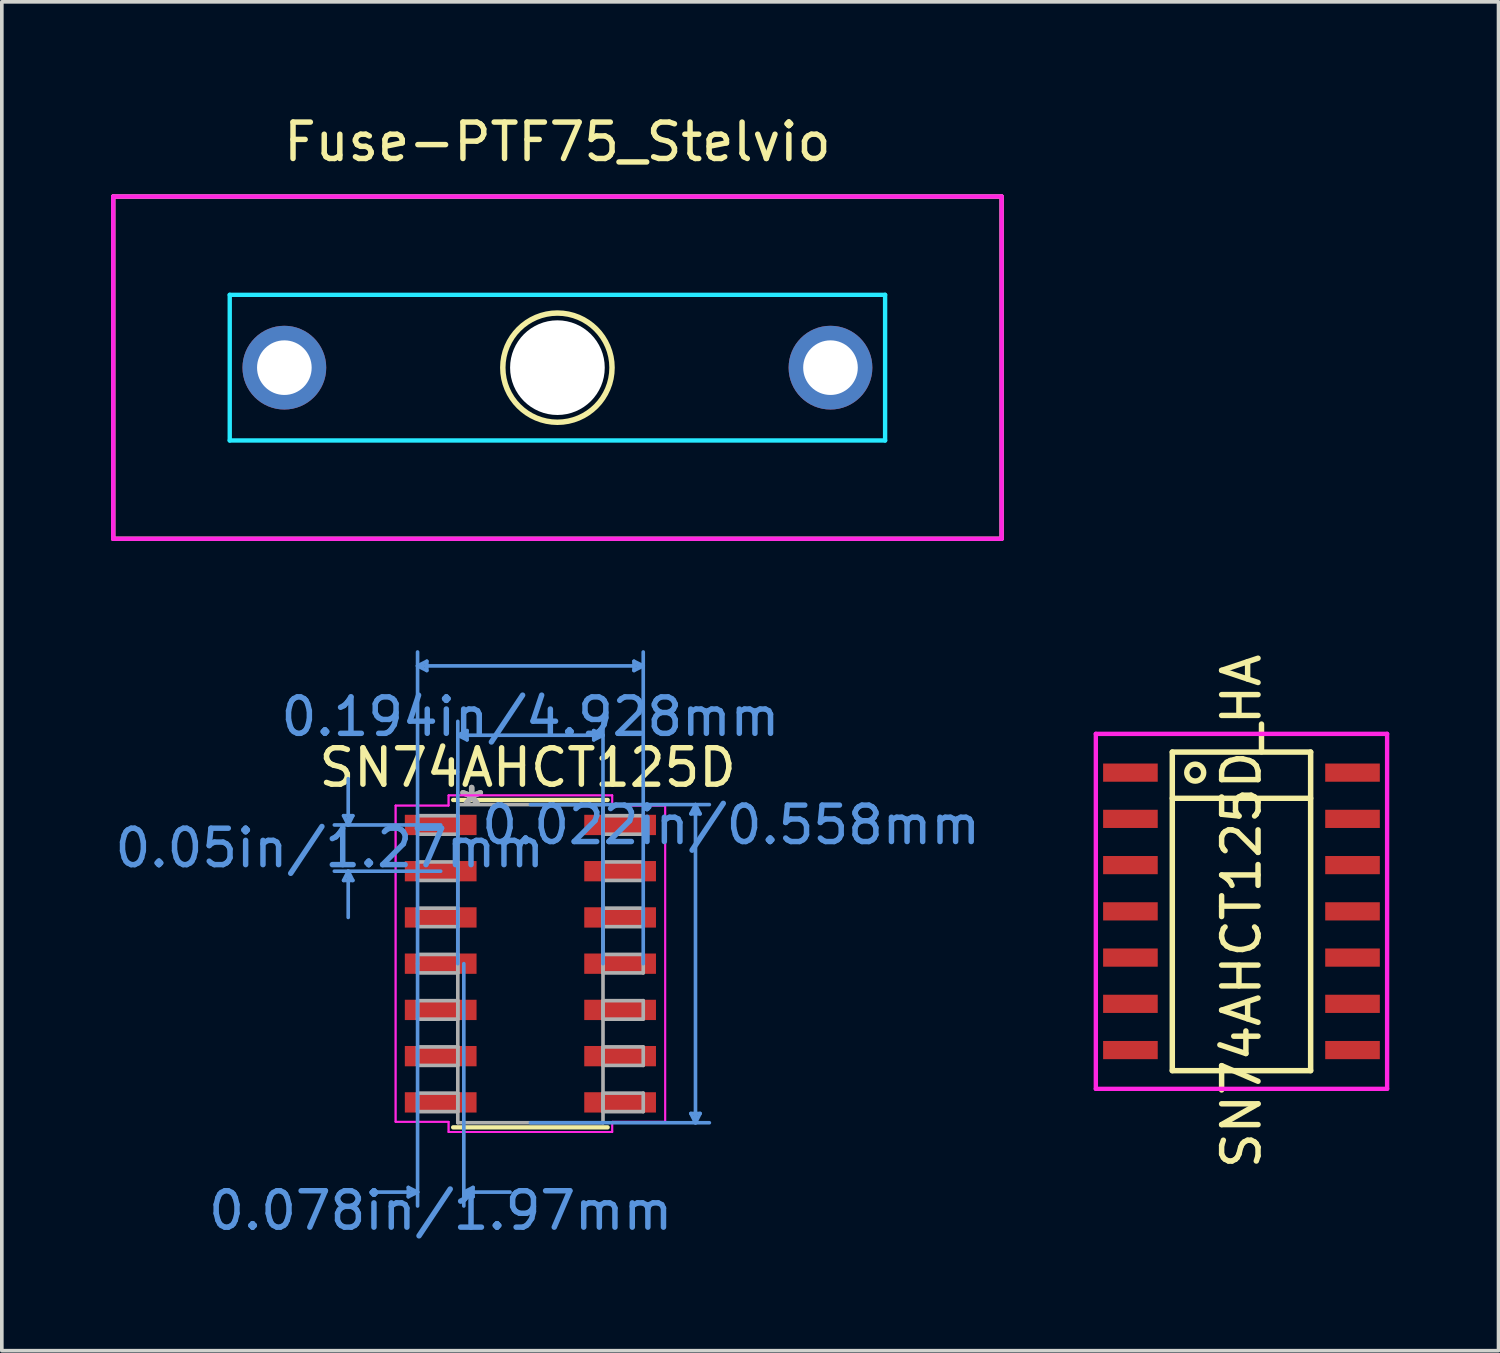
<source format=kicad_pcb>
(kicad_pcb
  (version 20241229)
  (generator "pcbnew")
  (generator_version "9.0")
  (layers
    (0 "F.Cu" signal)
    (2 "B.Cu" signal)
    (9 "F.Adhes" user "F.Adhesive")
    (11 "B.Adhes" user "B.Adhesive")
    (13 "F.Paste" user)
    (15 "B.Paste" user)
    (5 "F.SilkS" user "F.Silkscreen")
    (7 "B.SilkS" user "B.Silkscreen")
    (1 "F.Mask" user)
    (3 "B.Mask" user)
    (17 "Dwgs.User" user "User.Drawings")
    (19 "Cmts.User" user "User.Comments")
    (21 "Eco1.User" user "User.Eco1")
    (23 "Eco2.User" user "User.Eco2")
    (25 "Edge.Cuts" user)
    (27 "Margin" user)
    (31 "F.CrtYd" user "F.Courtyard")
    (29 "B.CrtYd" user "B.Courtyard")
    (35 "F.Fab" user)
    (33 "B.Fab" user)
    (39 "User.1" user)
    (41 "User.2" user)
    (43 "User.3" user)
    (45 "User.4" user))
  (footprint "SN74AHCT125D_HA"
    (layer "F.Cu")
    (at 31.048 16.171)
    (property "Reference" "SN74AHCT125D_HA" (at 0 5.81 90) (layer "F.SilkS") (effects (font (size 1 1) (thickness 0.15))))
    (attr through_hole)
    (fp_line (start -1.9 1.435) (end -1.9 10.185) (stroke (width 0.15) (type solid)) (layer "F.SilkS"))
    (fp_line (start -1.9 1.435) (end 1.9 1.435) (stroke (width 0.15) (type solid)) (layer "F.SilkS"))
    (fp_line (start -1.9 2.705) (end 1.9 2.705) (stroke (width 0.15) (type solid)) (layer "F.SilkS"))
    (fp_line (start -1.9 10.185) (end 1.9 10.185) (stroke (width 0.15) (type solid)) (layer "F.SilkS"))
    (fp_line (start 1.9 1.435) (end 1.9 10.185) (stroke (width 0.15) (type solid)) (layer "F.SilkS"))
    (fp_circle (center -1.27 2) (end -1.038 2) (stroke (width 0.15) (type solid)) (fill no) (layer "F.SilkS"))
    (fp_line (start -4 0.935) (end -4 10.685) (stroke (width 0.12) (type solid)) (layer "F.CrtYd"))
    (fp_line (start -4 0.935) (end 4 0.935) (stroke (width 0.12) (type solid)) (layer "F.CrtYd"))
    (fp_line (start -4 10.685) (end 4 10.685) (stroke (width 0.12) (type solid)) (layer "F.CrtYd"))
    (fp_line (start 4 0.935) (end 4 10.685) (stroke (width 0.12) (type solid)) (layer "F.CrtYd"))
    (pad "1" smd rect (at -3.05 2) (size 1.5 0.5) (layers "F.Cu" "F.Mask" "F.Paste"))
    (pad "2" smd rect (at -3.05 3.27) (size 1.5 0.5) (layers "F.Cu" "F.Mask" "F.Paste"))
    (pad "3" smd rect (at -3.05 4.54) (size 1.5 0.5) (layers "F.Cu" "F.Mask" "F.Paste"))
    (pad "4" smd rect (at -3.05 5.81) (size 1.5 0.5) (layers "F.Cu" "F.Mask" "F.Paste"))
    (pad "5" smd rect (at -3.05 7.08) (size 1.5 0.5) (layers "F.Cu" "F.Mask" "F.Paste"))
    (pad "6" smd rect (at -3.05 8.35) (size 1.5 0.5) (layers "F.Cu" "F.Mask" "F.Paste"))
    (pad "7" smd rect (at -3.05 9.62) (size 1.5 0.5) (layers "F.Cu" "F.Mask" "F.Paste"))
    (pad "8" smd rect (at 3.05 9.62) (size 1.5 0.5) (layers "F.Cu" "F.Mask" "F.Paste"))
    (pad "9" smd rect (at 3.05 8.35) (size 1.5 0.5) (layers "F.Cu" "F.Mask" "F.Paste"))
    (pad "10" smd rect (at 3.05 7.08) (size 1.5 0.5) (layers "F.Cu" "F.Mask" "F.Paste"))
    (pad "11" smd rect (at 3.05 5.81) (size 1.5 0.5) (layers "F.Cu" "F.Mask" "F.Paste"))
    (pad "12" smd rect (at 3.05 4.54) (size 1.5 0.5) (layers "F.Cu" "F.Mask" "F.Paste"))
    (pad "13" smd rect (at 3.05 3.27) (size 1.5 0.5) (layers "F.Cu" "F.Mask" "F.Paste"))
    (pad "14" smd rect (at 3.05 2) (size 1.5 0.5) (layers "F.Cu" "F.Mask" "F.Paste")))
  (footprint "Fuse-PTF75_Stelvio"
    (layer "F.Cu")
    (at 12.26 2.348)
    (property "Reference" "Fuse-PTF75_Stelvio" (at 0 -1.5 0) (layer "F.SilkS") (effects (font (size 1 1) (thickness 0.15))))
    (attr through_hole)
    (fp_line (start -12.2 0) (end -12.2 9.4) (stroke (width 0.12) (type solid)) (layer "F.SilkS"))
    (fp_line (start -12.2 0) (end 12.2 0) (stroke (width 0.12) (type solid)) (layer "F.SilkS"))
    (fp_line (start -12.2 9.4) (end 12.2 9.4) (stroke (width 0.12) (type solid)) (layer "F.SilkS"))
    (fp_line (start 12.2 0) (end 12.2 9.4) (stroke (width 0.12) (type solid)) (layer "F.SilkS"))
    (fp_arc (start 0 3.2) (mid 0 6.2) (end 0 3.2) (stroke (width 0.15) (type solid)) (layer "F.SilkS"))
    (fp_line (start -9 2.7) (end -9 6.7) (stroke (width 0.12) (type solid)) (layer "B.CrtYd"))
    (fp_line (start -9 2.7) (end 9 2.7) (stroke (width 0.12) (type solid)) (layer "B.CrtYd"))
    (fp_line (start -9 6.7) (end 9 6.7) (stroke (width 0.12) (type solid)) (layer "B.CrtYd"))
    (fp_line (start 9 2.7) (end 9 6.7) (stroke (width 0.12) (type solid)) (layer "B.CrtYd"))
    (fp_line (start -12.2 0) (end -12.2 9.4) (stroke (width 0.12) (type solid)) (layer "F.CrtYd"))
    (fp_line (start -12.2 0) (end 12.2 0) (stroke (width 0.12) (type solid)) (layer "F.CrtYd"))
    (fp_line (start -12.2 9.4) (end 12.2 9.4) (stroke (width 0.12) (type solid)) (layer "F.CrtYd"))
    (fp_line (start 12.2 0) (end 12.2 9.4) (stroke (width 0.12) (type solid)) (layer "F.CrtYd"))
    (pad "" np_thru_hole circle (at 0 4.7) (size 2.6 2.6) (drill 2.6) (layers "*.Cu" "*.Mask"))
    (pad "1" thru_hole circle (at -7.5 4.7) (size 2.3 2.3) (drill 1.5) (layers "*.Cu" "*.Mask"))
    (pad "2" thru_hole circle (at 7.5 4.7) (size 2.3 2.3) (drill 1.5) (layers "*.Cu" "*.Mask")))
  (footprint "SN74AHCT125D"
    (layer "F.Cu")
    (at 11.518 23.418)
    (property "Reference" "SN74AHCT125D" (at -0.076 -5.385 0) (layer "F.SilkS") (effects (font (size 1 1) (thickness 0.15))))
    (attr smd)
    (fp_line (start -2.121 4.496) (end 2.121 4.496) (stroke (width 0.12) (type solid)) (layer "F.SilkS"))
    (fp_line (start 2.121 -4.496) (end -2.121 -4.496) (stroke (width 0.12) (type solid)) (layer "F.SilkS"))
    (fp_line (start -5.131 -4.064) (end -4.877 -4.064) (stroke (width 0.1) (type solid)) (layer "Cmts.User"))
    (fp_line (start -5.131 -2.286) (end -4.877 -2.286) (stroke (width 0.1) (type solid)) (layer "Cmts.User"))
    (fp_line (start -5.004 -3.81) (end -5.131 -4.064) (stroke (width 0.1) (type solid)) (layer "Cmts.User"))
    (fp_line (start -5.004 -3.81) (end -5.004 -5.08) (stroke (width 0.1) (type solid)) (layer "Cmts.User"))
    (fp_line (start -5.004 -3.81) (end -4.877 -4.064) (stroke (width 0.1) (type solid)) (layer "Cmts.User"))
    (fp_line (start -5.004 -2.54) (end -5.131 -2.286) (stroke (width 0.1) (type solid)) (layer "Cmts.User"))
    (fp_line (start -5.004 -2.54) (end -5.004 -1.27) (stroke (width 0.1) (type solid)) (layer "Cmts.User"))
    (fp_line (start -5.004 -2.54) (end -4.877 -2.286) (stroke (width 0.1) (type solid)) (layer "Cmts.User"))
    (fp_line (start -3.353 6.147) (end -3.353 6.401) (stroke (width 0.1) (type solid)) (layer "Cmts.User"))
    (fp_line (start -3.099 -8.179) (end -2.845 -8.306) (stroke (width 0.1) (type solid)) (layer "Cmts.User"))
    (fp_line (start -3.099 -8.179) (end -2.845 -8.052) (stroke (width 0.1) (type solid)) (layer "Cmts.User"))
    (fp_line (start -3.099 -8.179) (end 3.099 -8.179) (stroke (width 0.1) (type solid)) (layer "Cmts.User"))
    (fp_line (start -3.099 0) (end -3.099 -8.56) (stroke (width 0.1) (type solid)) (layer "Cmts.User"))
    (fp_line (start -3.099 0) (end -3.099 6.655) (stroke (width 0.1) (type solid)) (layer "Cmts.User"))
    (fp_line (start -3.099 6.274) (end -4.369 6.274) (stroke (width 0.1) (type solid)) (layer "Cmts.User"))
    (fp_line (start -3.099 6.274) (end -3.353 6.147) (stroke (width 0.1) (type solid)) (layer "Cmts.User"))
    (fp_line (start -3.099 6.274) (end -3.353 6.401) (stroke (width 0.1) (type solid)) (layer "Cmts.User"))
    (fp_line (start -2.845 -8.306) (end -2.845 -8.052) (stroke (width 0.1) (type solid)) (layer "Cmts.User"))
    (fp_line (start -2.464 -3.81) (end -5.385 -3.81) (stroke (width 0.1) (type solid)) (layer "Cmts.User"))
    (fp_line (start -2.464 -2.54) (end -5.385 -2.54) (stroke (width 0.1) (type solid)) (layer "Cmts.User"))
    (fp_line (start -1.994 -6.274) (end -1.74 -6.401) (stroke (width 0.1) (type solid)) (layer "Cmts.User"))
    (fp_line (start -1.994 -6.274) (end -1.74 -6.147) (stroke (width 0.1) (type solid)) (layer "Cmts.User"))
    (fp_line (start -1.994 -6.274) (end 1.994 -6.274) (stroke (width 0.1) (type solid)) (layer "Cmts.User"))
    (fp_line (start -1.994 0) (end -1.994 -6.655) (stroke (width 0.1) (type solid)) (layer "Cmts.User"))
    (fp_line (start -1.829 0) (end -1.829 6.655) (stroke (width 0.1) (type solid)) (layer "Cmts.User"))
    (fp_line (start -1.829 6.274) (end -1.575 6.147) (stroke (width 0.1) (type solid)) (layer "Cmts.User"))
    (fp_line (start -1.829 6.274) (end -1.575 6.401) (stroke (width 0.1) (type solid)) (layer "Cmts.User"))
    (fp_line (start -1.829 6.274) (end -0.559 6.274) (stroke (width 0.1) (type solid)) (layer "Cmts.User"))
    (fp_line (start -1.74 -6.401) (end -1.74 -6.147) (stroke (width 0.1) (type solid)) (layer "Cmts.User"))
    (fp_line (start -1.575 6.147) (end -1.575 6.401) (stroke (width 0.1) (type solid)) (layer "Cmts.User"))
    (fp_line (start 0 -4.369) (end 4.915 -4.369) (stroke (width 0.1) (type solid)) (layer "Cmts.User"))
    (fp_line (start 0 4.369) (end 4.915 4.369) (stroke (width 0.1) (type solid)) (layer "Cmts.User"))
    (fp_line (start 1.74 -6.401) (end 1.74 -6.147) (stroke (width 0.1) (type solid)) (layer "Cmts.User"))
    (fp_line (start 1.994 -6.274) (end 1.74 -6.401) (stroke (width 0.1) (type solid)) (layer "Cmts.User"))
    (fp_line (start 1.994 -6.274) (end 1.74 -6.147) (stroke (width 0.1) (type solid)) (layer "Cmts.User"))
    (fp_line (start 1.994 0) (end 1.994 -6.655) (stroke (width 0.1) (type solid)) (layer "Cmts.User"))
    (fp_line (start 2.845 -8.306) (end 2.845 -8.052) (stroke (width 0.1) (type solid)) (layer "Cmts.User"))
    (fp_line (start 3.099 -8.179) (end 2.845 -8.306) (stroke (width 0.1) (type solid)) (layer "Cmts.User"))
    (fp_line (start 3.099 -8.179) (end 2.845 -8.052) (stroke (width 0.1) (type solid)) (layer "Cmts.User"))
    (fp_line (start 3.099 0) (end 3.099 -8.56) (stroke (width 0.1) (type solid)) (layer "Cmts.User"))
    (fp_line (start 4.407 -4.115) (end 4.661 -4.115) (stroke (width 0.1) (type solid)) (layer "Cmts.User"))
    (fp_line (start 4.407 4.115) (end 4.661 4.115) (stroke (width 0.1) (type solid)) (layer "Cmts.User"))
    (fp_line (start 4.534 -4.369) (end 4.407 -4.115) (stroke (width 0.1) (type solid)) (layer "Cmts.User"))
    (fp_line (start 4.534 -4.369) (end 4.534 4.369) (stroke (width 0.1) (type solid)) (layer "Cmts.User"))
    (fp_line (start 4.534 -4.369) (end 4.661 -4.115) (stroke (width 0.1) (type solid)) (layer "Cmts.User"))
    (fp_line (start 4.534 4.369) (end 4.407 4.115) (stroke (width 0.1) (type solid)) (layer "Cmts.User"))
    (fp_line (start 4.534 4.369) (end 4.661 4.115) (stroke (width 0.1) (type solid)) (layer "Cmts.User"))
    (fp_line (start -3.703 -4.343) (end -2.248 -4.343) (stroke (width 0.05) (type solid)) (layer "F.CrtYd"))
    (fp_line (start -3.703 -4.343) (end -2.248 -4.343) (stroke (width 0.05) (type solid)) (layer "F.CrtYd"))
    (fp_line (start -3.703 4.343) (end -3.703 -4.343) (stroke (width 0.05) (type solid)) (layer "F.CrtYd"))
    (fp_line (start -3.703 4.343) (end -3.703 -4.343) (stroke (width 0.05) (type solid)) (layer "F.CrtYd"))
    (fp_line (start -3.703 4.343) (end -2.248 4.343) (stroke (width 0.05) (type solid)) (layer "F.CrtYd"))
    (fp_line (start -2.248 -4.623) (end 2.248 -4.623) (stroke (width 0.05) (type solid)) (layer "F.CrtYd"))
    (fp_line (start -2.248 -4.623) (end 2.248 -4.623) (stroke (width 0.05) (type solid)) (layer "F.CrtYd"))
    (fp_line (start -2.248 -4.343) (end -2.248 -4.623) (stroke (width 0.05) (type solid)) (layer "F.CrtYd"))
    (fp_line (start -2.248 -4.343) (end -2.248 -4.623) (stroke (width 0.05) (type solid)) (layer "F.CrtYd"))
    (fp_line (start -2.248 4.343) (end -3.703 4.343) (stroke (width 0.05) (type solid)) (layer "F.CrtYd"))
    (fp_line (start -2.248 4.623) (end -2.248 4.343) (stroke (width 0.05) (type solid)) (layer "F.CrtYd"))
    (fp_line (start -2.248 4.623) (end -2.248 4.343) (stroke (width 0.05) (type solid)) (layer "F.CrtYd"))
    (fp_line (start 2.248 -4.623) (end 2.248 -4.343) (stroke (width 0.05) (type solid)) (layer "F.CrtYd"))
    (fp_line (start 2.248 -4.623) (end 2.248 -4.343) (stroke (width 0.05) (type solid)) (layer "F.CrtYd"))
    (fp_line (start 2.248 -4.343) (end 3.703 -4.343) (stroke (width 0.05) (type solid)) (layer "F.CrtYd"))
    (fp_line (start 2.248 4.343) (end 2.248 4.623) (stroke (width 0.05) (type solid)) (layer "F.CrtYd"))
    (fp_line (start 2.248 4.343) (end 2.248 4.623) (stroke (width 0.05) (type solid)) (layer "F.CrtYd"))
    (fp_line (start 2.248 4.623) (end -2.248 4.623) (stroke (width 0.05) (type solid)) (layer "F.CrtYd"))
    (fp_line (start 2.248 4.623) (end -2.248 4.623) (stroke (width 0.05) (type solid)) (layer "F.CrtYd"))
    (fp_line (start 3.703 -4.343) (end 2.248 -4.343) (stroke (width 0.05) (type solid)) (layer "F.CrtYd"))
    (fp_line (start 3.703 -4.343) (end 3.703 4.343) (stroke (width 0.05) (type solid)) (layer "F.CrtYd"))
    (fp_line (start 3.703 -4.343) (end 3.703 4.343) (stroke (width 0.05) (type solid)) (layer "F.CrtYd"))
    (fp_line (start 3.703 4.343) (end 2.248 4.343) (stroke (width 0.05) (type solid)) (layer "F.CrtYd"))
    (fp_line (start 3.703 4.343) (end 2.248 4.343) (stroke (width 0.05) (type solid)) (layer "F.CrtYd"))
    (fp_line (start -3.099 -4.064) (end -3.099 -3.556) (stroke (width 0.1) (type solid)) (layer "F.Fab"))
    (fp_line (start -3.099 -3.556) (end -1.994 -3.556) (stroke (width 0.1) (type solid)) (layer "F.Fab"))
    (fp_line (start -3.099 -2.794) (end -3.099 -2.286) (stroke (width 0.1) (type solid)) (layer "F.Fab"))
    (fp_line (start -3.099 -2.286) (end -1.994 -2.286) (stroke (width 0.1) (type solid)) (layer "F.Fab"))
    (fp_line (start -3.099 -1.524) (end -3.099 -1.016) (stroke (width 0.1) (type solid)) (layer "F.Fab"))
    (fp_line (start -3.099 -1.016) (end -1.994 -1.016) (stroke (width 0.1) (type solid)) (layer "F.Fab"))
    (fp_line (start -3.099 -0.254) (end -3.099 0.254) (stroke (width 0.1) (type solid)) (layer "F.Fab"))
    (fp_line (start -3.099 0.254) (end -1.994 0.254) (stroke (width 0.1) (type solid)) (layer "F.Fab"))
    (fp_line (start -3.099 1.016) (end -3.099 1.524) (stroke (width 0.1) (type solid)) (layer "F.Fab"))
    (fp_line (start -3.099 1.524) (end -1.994 1.524) (stroke (width 0.1) (type solid)) (layer "F.Fab"))
    (fp_line (start -3.099 2.286) (end -3.099 2.794) (stroke (width 0.1) (type solid)) (layer "F.Fab"))
    (fp_line (start -3.099 2.794) (end -1.994 2.794) (stroke (width 0.1) (type solid)) (layer "F.Fab"))
    (fp_line (start -3.099 3.556) (end -3.099 4.064) (stroke (width 0.1) (type solid)) (layer "F.Fab"))
    (fp_line (start -3.099 4.064) (end -1.994 4.064) (stroke (width 0.1) (type solid)) (layer "F.Fab"))
    (fp_line (start -1.994 -4.369) (end -1.994 4.369) (stroke (width 0.1) (type solid)) (layer "F.Fab"))
    (fp_line (start -1.994 -4.064) (end -3.099 -4.064) (stroke (width 0.1) (type solid)) (layer "F.Fab"))
    (fp_line (start -1.994 -3.556) (end -1.994 -4.064) (stroke (width 0.1) (type solid)) (layer "F.Fab"))
    (fp_line (start -1.994 -2.794) (end -3.099 -2.794) (stroke (width 0.1) (type solid)) (layer "F.Fab"))
    (fp_line (start -1.994 -2.286) (end -1.994 -2.794) (stroke (width 0.1) (type solid)) (layer "F.Fab"))
    (fp_line (start -1.994 -1.524) (end -3.099 -1.524) (stroke (width 0.1) (type solid)) (layer "F.Fab"))
    (fp_line (start -1.994 -1.016) (end -1.994 -1.524) (stroke (width 0.1) (type solid)) (layer "F.Fab"))
    (fp_line (start -1.994 -0.254) (end -3.099 -0.254) (stroke (width 0.1) (type solid)) (layer "F.Fab"))
    (fp_line (start -1.994 0.254) (end -1.994 -0.254) (stroke (width 0.1) (type solid)) (layer "F.Fab"))
    (fp_line (start -1.994 1.016) (end -3.099 1.016) (stroke (width 0.1) (type solid)) (layer "F.Fab"))
    (fp_line (start -1.994 1.524) (end -1.994 1.016) (stroke (width 0.1) (type solid)) (layer "F.Fab"))
    (fp_line (start -1.994 2.286) (end -3.099 2.286) (stroke (width 0.1) (type solid)) (layer "F.Fab"))
    (fp_line (start -1.994 2.794) (end -1.994 2.286) (stroke (width 0.1) (type solid)) (layer "F.Fab"))
    (fp_line (start -1.994 3.556) (end -3.099 3.556) (stroke (width 0.1) (type solid)) (layer "F.Fab"))
    (fp_line (start -1.994 4.064) (end -1.994 3.556) (stroke (width 0.1) (type solid)) (layer "F.Fab"))
    (fp_line (start -1.994 4.369) (end 1.994 4.369) (stroke (width 0.1) (type solid)) (layer "F.Fab"))
    (fp_line (start 1.994 -4.369) (end -1.994 -4.369) (stroke (width 0.1) (type solid)) (layer "F.Fab"))
    (fp_line (start 1.994 -4.064) (end 1.994 -3.556) (stroke (width 0.1) (type solid)) (layer "F.Fab"))
    (fp_line (start 1.994 -3.556) (end 3.099 -3.556) (stroke (width 0.1) (type solid)) (layer "F.Fab"))
    (fp_line (start 1.994 -2.794) (end 1.994 -2.286) (stroke (width 0.1) (type solid)) (layer "F.Fab"))
    (fp_line (start 1.994 -2.286) (end 3.099 -2.286) (stroke (width 0.1) (type solid)) (layer "F.Fab"))
    (fp_line (start 1.994 -1.524) (end 1.994 -1.016) (stroke (width 0.1) (type solid)) (layer "F.Fab"))
    (fp_line (start 1.994 -1.016) (end 3.099 -1.016) (stroke (width 0.1) (type solid)) (layer "F.Fab"))
    (fp_line (start 1.994 -0.254) (end 1.994 0.254) (stroke (width 0.1) (type solid)) (layer "F.Fab"))
    (fp_line (start 1.994 0.254) (end 3.099 0.254) (stroke (width 0.1) (type solid)) (layer "F.Fab"))
    (fp_line (start 1.994 1.016) (end 1.994 1.524) (stroke (width 0.1) (type solid)) (layer "F.Fab"))
    (fp_line (start 1.994 1.524) (end 3.099 1.524) (stroke (width 0.1) (type solid)) (layer "F.Fab"))
    (fp_line (start 1.994 2.286) (end 1.994 2.794) (stroke (width 0.1) (type solid)) (layer "F.Fab"))
    (fp_line (start 1.994 2.794) (end 3.099 2.794) (stroke (width 0.1) (type solid)) (layer "F.Fab"))
    (fp_line (start 1.994 3.556) (end 1.994 4.064) (stroke (width 0.1) (type solid)) (layer "F.Fab"))
    (fp_line (start 1.994 4.064) (end 3.099 4.064) (stroke (width 0.1) (type solid)) (layer "F.Fab"))
    (fp_line (start 1.994 4.369) (end 1.994 -4.369) (stroke (width 0.1) (type solid)) (layer "F.Fab"))
    (fp_line (start 3.099 -4.064) (end 1.994 -4.064) (stroke (width 0.1) (type solid)) (layer "F.Fab"))
    (fp_line (start 3.099 -3.556) (end 3.099 -4.064) (stroke (width 0.1) (type solid)) (layer "F.Fab"))
    (fp_line (start 3.099 -2.794) (end 1.994 -2.794) (stroke (width 0.1) (type solid)) (layer "F.Fab"))
    (fp_line (start 3.099 -2.286) (end 3.099 -2.794) (stroke (width 0.1) (type solid)) (layer "F.Fab"))
    (fp_line (start 3.099 -1.524) (end 1.994 -1.524) (stroke (width 0.1) (type solid)) (layer "F.Fab"))
    (fp_line (start 3.099 -1.016) (end 3.099 -1.524) (stroke (width 0.1) (type solid)) (layer "F.Fab"))
    (fp_line (start 3.099 -0.254) (end 1.994 -0.254) (stroke (width 0.1) (type solid)) (layer "F.Fab"))
    (fp_line (start 3.099 0.254) (end 3.099 -0.254) (stroke (width 0.1) (type solid)) (layer "F.Fab"))
    (fp_line (start 3.099 1.016) (end 1.994 1.016) (stroke (width 0.1) (type solid)) (layer "F.Fab"))
    (fp_line (start 3.099 1.524) (end 3.099 1.016) (stroke (width 0.1) (type solid)) (layer "F.Fab"))
    (fp_line (start 3.099 2.286) (end 1.994 2.286) (stroke (width 0.1) (type solid)) (layer "F.Fab"))
    (fp_line (start 3.099 2.794) (end 3.099 2.286) (stroke (width 0.1) (type solid)) (layer "F.Fab"))
    (fp_line (start 3.099 3.556) (end 1.994 3.556) (stroke (width 0.1) (type solid)) (layer "F.Fab"))
    (fp_line (start 3.099 4.064) (end 3.099 3.556) (stroke (width 0.1) (type solid)) (layer "F.Fab"))
    (fp_text user "0.194in/4.928mm" (at 0 -6.782 0) (layer "Cmts.User") (effects (font (size 1 1) (thickness 0.15))))
    (fp_text user "0.05in/1.27mm" (at -5.512 -3.175 0) (layer "Cmts.User") (effects (font (size 1 1) (thickness 0.15))))
    (fp_text user "0.022in/0.558mm" (at 5.512 -3.81 0) (layer "Cmts.User") (effects (font (size 1 1) (thickness 0.15))))
    (fp_text user "0.078in/1.97mm" (at -2.464 6.782 0) (layer "Cmts.User") (effects (font (size 1 1) (thickness 0.15))))
    (fp_text user "*" (at -1.613 -4.293 0) (layer "F.Fab") (effects (font (size 1 1) (thickness 0.15))))
    (fp_text user "*" (at -1.613 -4.293 0) (layer "F.Fab") (effects (font (size 1 1) (thickness 0.15))))
    (pad "1" smd rect (at -2.464 -3.81) (size 1.97 0.558) (layers "F.Cu" "F.Mask" "F.Paste"))
    (pad "2" smd rect (at -2.464 -2.54) (size 1.97 0.558) (layers "F.Cu" "F.Mask" "F.Paste"))
    (pad "3" smd rect (at -2.464 -1.27) (size 1.97 0.558) (layers "F.Cu" "F.Mask" "F.Paste"))
    (pad "4" smd rect (at -2.464 0) (size 1.97 0.558) (layers "F.Cu" "F.Mask" "F.Paste"))
    (pad "5" smd rect (at -2.464 1.27) (size 1.97 0.558) (layers "F.Cu" "F.Mask" "F.Paste"))
    (pad "6" smd rect (at -2.464 2.54) (size 1.97 0.558) (layers "F.Cu" "F.Mask" "F.Paste"))
    (pad "7" smd rect (at -2.464 3.81) (size 1.97 0.558) (layers "F.Cu" "F.Mask" "F.Paste"))
    (pad "8" smd rect (at 2.464 3.81) (size 1.97 0.558) (layers "F.Cu" "F.Mask" "F.Paste"))
    (pad "9" smd rect (at 2.464 2.54) (size 1.97 0.558) (layers "F.Cu" "F.Mask" "F.Paste"))
    (pad "10" smd rect (at 2.464 1.27) (size 1.97 0.558) (layers "F.Cu" "F.Mask" "F.Paste"))
    (pad "11" smd rect (at 2.464 0) (size 1.97 0.558) (layers "F.Cu" "F.Mask" "F.Paste"))
    (pad "12" smd rect (at 2.464 -1.27) (size 1.97 0.558) (layers "F.Cu" "F.Mask" "F.Paste"))
    (pad "13" smd rect (at 2.464 -2.54) (size 1.97 0.558) (layers "F.Cu" "F.Mask" "F.Paste"))
    (pad "14" smd rect (at 2.464 -3.81) (size 1.97 0.558) (layers "F.Cu" "F.Mask" "F.Paste")))
  (gr_rect
    (start -3 -3)
    (end 38.108 34.048)
    (stroke (width 0.1) (type default))
    (fill no)
    (layer "Edge.Cuts")))
</source>
